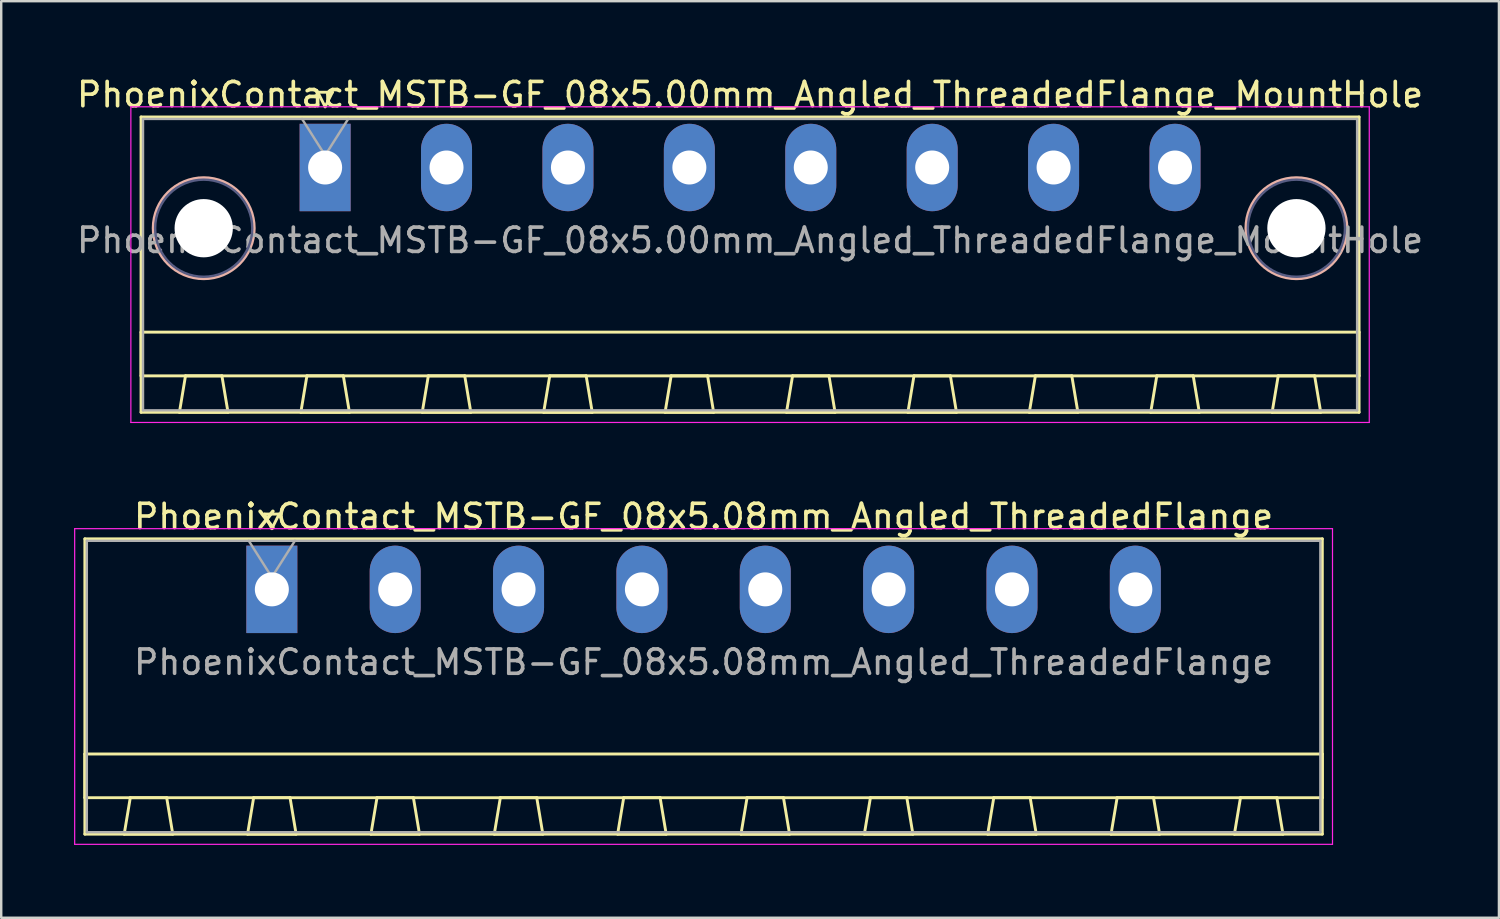
<source format=kicad_pcb>
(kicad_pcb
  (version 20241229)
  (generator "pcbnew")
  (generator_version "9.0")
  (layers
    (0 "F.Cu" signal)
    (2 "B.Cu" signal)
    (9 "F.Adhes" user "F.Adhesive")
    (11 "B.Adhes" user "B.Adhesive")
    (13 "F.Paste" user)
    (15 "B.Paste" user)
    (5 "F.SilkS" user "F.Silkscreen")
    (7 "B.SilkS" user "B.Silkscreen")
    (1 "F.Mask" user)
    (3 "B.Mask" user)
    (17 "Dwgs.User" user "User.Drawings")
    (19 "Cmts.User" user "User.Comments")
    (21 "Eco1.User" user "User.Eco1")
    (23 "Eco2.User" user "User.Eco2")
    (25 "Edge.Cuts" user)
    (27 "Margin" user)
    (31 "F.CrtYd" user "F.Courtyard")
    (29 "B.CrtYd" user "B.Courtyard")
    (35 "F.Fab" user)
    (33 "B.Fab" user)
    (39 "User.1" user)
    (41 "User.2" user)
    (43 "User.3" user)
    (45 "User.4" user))
  (footprint "PhoenixContact_MSTB-GF_08x5.08mm_Angled_ThreadedFlange"
    (layer "F.Cu")
    (at 8.145 21.221)
    (property "Reference" "PhoenixContact_MSTB-GF_08x5.08mm_Angled_ThreadedFlange" (at 17.78 -3 0) (layer "F.SilkS") (effects (font (size 1 1) (thickness 0.15))))
    (attr through_hole)
    (fp_line (start -7.7 -2.08) (end -7.7 10.08) (stroke (width 0.12) (type solid)) (layer "F.SilkS"))
    (fp_line (start -7.7 6.78) (end 43.26 6.78) (stroke (width 0.12) (type solid)) (layer "F.SilkS"))
    (fp_line (start -7.7 8.58) (end -7.7 6.78) (stroke (width 0.12) (type solid)) (layer "F.SilkS"))
    (fp_line (start -7.7 10.08) (end 43.26 10.08) (stroke (width 0.12) (type solid)) (layer "F.SilkS"))
    (fp_line (start -6.08 10.08) (end -4.08 10.08) (stroke (width 0.12) (type solid)) (layer "F.SilkS"))
    (fp_line (start -5.83 8.58) (end -6.08 10.08) (stroke (width 0.12) (type solid)) (layer "F.SilkS"))
    (fp_line (start -4.33 8.58) (end -5.83 8.58) (stroke (width 0.12) (type solid)) (layer "F.SilkS"))
    (fp_line (start -4.08 10.08) (end -4.33 8.58) (stroke (width 0.12) (type solid)) (layer "F.SilkS"))
    (fp_line (start -1 10.08) (end 1 10.08) (stroke (width 0.12) (type solid)) (layer "F.SilkS"))
    (fp_line (start -0.75 8.58) (end -1 10.08) (stroke (width 0.12) (type solid)) (layer "F.SilkS"))
    (fp_line (start -0.3 -3.1) (end 0.3 -3.1) (stroke (width 0.12) (type solid)) (layer "F.SilkS"))
    (fp_line (start 0 -2.5) (end -0.3 -3.1) (stroke (width 0.12) (type solid)) (layer "F.SilkS"))
    (fp_line (start 0.3 -3.1) (end 0 -2.5) (stroke (width 0.12) (type solid)) (layer "F.SilkS"))
    (fp_line (start 0.75 8.58) (end -0.75 8.58) (stroke (width 0.12) (type solid)) (layer "F.SilkS"))
    (fp_line (start 1 10.08) (end 0.75 8.58) (stroke (width 0.12) (type solid)) (layer "F.SilkS"))
    (fp_line (start 4.08 10.08) (end 6.08 10.08) (stroke (width 0.12) (type solid)) (layer "F.SilkS"))
    (fp_line (start 4.33 8.58) (end 4.08 10.08) (stroke (width 0.12) (type solid)) (layer "F.SilkS"))
    (fp_line (start 5.83 8.58) (end 4.33 8.58) (stroke (width 0.12) (type solid)) (layer "F.SilkS"))
    (fp_line (start 6.08 10.08) (end 5.83 8.58) (stroke (width 0.12) (type solid)) (layer "F.SilkS"))
    (fp_line (start 9.16 10.08) (end 11.16 10.08) (stroke (width 0.12) (type solid)) (layer "F.SilkS"))
    (fp_line (start 9.41 8.58) (end 9.16 10.08) (stroke (width 0.12) (type solid)) (layer "F.SilkS"))
    (fp_line (start 10.91 8.58) (end 9.41 8.58) (stroke (width 0.12) (type solid)) (layer "F.SilkS"))
    (fp_line (start 11.16 10.08) (end 10.91 8.58) (stroke (width 0.12) (type solid)) (layer "F.SilkS"))
    (fp_line (start 14.24 10.08) (end 16.24 10.08) (stroke (width 0.12) (type solid)) (layer "F.SilkS"))
    (fp_line (start 14.49 8.58) (end 14.24 10.08) (stroke (width 0.12) (type solid)) (layer "F.SilkS"))
    (fp_line (start 15.99 8.58) (end 14.49 8.58) (stroke (width 0.12) (type solid)) (layer "F.SilkS"))
    (fp_line (start 16.24 10.08) (end 15.99 8.58) (stroke (width 0.12) (type solid)) (layer "F.SilkS"))
    (fp_line (start 19.32 10.08) (end 21.32 10.08) (stroke (width 0.12) (type solid)) (layer "F.SilkS"))
    (fp_line (start 19.57 8.58) (end 19.32 10.08) (stroke (width 0.12) (type solid)) (layer "F.SilkS"))
    (fp_line (start 21.07 8.58) (end 19.57 8.58) (stroke (width 0.12) (type solid)) (layer "F.SilkS"))
    (fp_line (start 21.32 10.08) (end 21.07 8.58) (stroke (width 0.12) (type solid)) (layer "F.SilkS"))
    (fp_line (start 24.4 10.08) (end 26.4 10.08) (stroke (width 0.12) (type solid)) (layer "F.SilkS"))
    (fp_line (start 24.65 8.58) (end 24.4 10.08) (stroke (width 0.12) (type solid)) (layer "F.SilkS"))
    (fp_line (start 26.15 8.58) (end 24.65 8.58) (stroke (width 0.12) (type solid)) (layer "F.SilkS"))
    (fp_line (start 26.4 10.08) (end 26.15 8.58) (stroke (width 0.12) (type solid)) (layer "F.SilkS"))
    (fp_line (start 29.48 10.08) (end 31.48 10.08) (stroke (width 0.12) (type solid)) (layer "F.SilkS"))
    (fp_line (start 29.73 8.58) (end 29.48 10.08) (stroke (width 0.12) (type solid)) (layer "F.SilkS"))
    (fp_line (start 31.23 8.58) (end 29.73 8.58) (stroke (width 0.12) (type solid)) (layer "F.SilkS"))
    (fp_line (start 31.48 10.08) (end 31.23 8.58) (stroke (width 0.12) (type solid)) (layer "F.SilkS"))
    (fp_line (start 34.56 10.08) (end 36.56 10.08) (stroke (width 0.12) (type solid)) (layer "F.SilkS"))
    (fp_line (start 34.81 8.58) (end 34.56 10.08) (stroke (width 0.12) (type solid)) (layer "F.SilkS"))
    (fp_line (start 36.31 8.58) (end 34.81 8.58) (stroke (width 0.12) (type solid)) (layer "F.SilkS"))
    (fp_line (start 36.56 10.08) (end 36.31 8.58) (stroke (width 0.12) (type solid)) (layer "F.SilkS"))
    (fp_line (start 39.64 10.08) (end 41.64 10.08) (stroke (width 0.12) (type solid)) (layer "F.SilkS"))
    (fp_line (start 39.89 8.58) (end 39.64 10.08) (stroke (width 0.12) (type solid)) (layer "F.SilkS"))
    (fp_line (start 41.39 8.58) (end 39.89 8.58) (stroke (width 0.12) (type solid)) (layer "F.SilkS"))
    (fp_line (start 41.64 10.08) (end 41.39 8.58) (stroke (width 0.12) (type solid)) (layer "F.SilkS"))
    (fp_line (start 43.26 -2.08) (end -7.7 -2.08) (stroke (width 0.12) (type solid)) (layer "F.SilkS"))
    (fp_line (start 43.26 6.78) (end 43.26 8.58) (stroke (width 0.12) (type solid)) (layer "F.SilkS"))
    (fp_line (start 43.26 8.58) (end -7.7 8.58) (stroke (width 0.12) (type solid)) (layer "F.SilkS"))
    (fp_line (start 43.26 10.08) (end 43.26 -2.08) (stroke (width 0.12) (type solid)) (layer "F.SilkS"))
    (fp_line (start -8.12 -2.5) (end -8.12 10.5) (stroke (width 0.05) (type solid)) (layer "F.CrtYd"))
    (fp_line (start -8.12 10.5) (end 43.68 10.5) (stroke (width 0.05) (type solid)) (layer "F.CrtYd"))
    (fp_line (start 43.68 -2.5) (end -8.12 -2.5) (stroke (width 0.05) (type solid)) (layer "F.CrtYd"))
    (fp_line (start 43.68 10.5) (end 43.68 -2.5) (stroke (width 0.05) (type solid)) (layer "F.CrtYd"))
    (fp_line (start -7.62 -2) (end -7.62 10) (stroke (width 0.1) (type solid)) (layer "F.Fab"))
    (fp_line (start -7.62 10) (end 43.18 10) (stroke (width 0.1) (type solid)) (layer "F.Fab"))
    (fp_line (start 0 -0.5) (end -0.95 -2) (stroke (width 0.1) (type solid)) (layer "F.Fab"))
    (fp_line (start 0.95 -2) (end 0 -0.5) (stroke (width 0.1) (type solid)) (layer "F.Fab"))
    (fp_line (start 43.18 -2) (end -7.62 -2) (stroke (width 0.1) (type solid)) (layer "F.Fab"))
    (fp_line (start 43.18 10) (end 43.18 -2) (stroke (width 0.1) (type solid)) (layer "F.Fab"))
    (fp_text user "${REFERENCE}" (at 17.78 3 0) (layer "F.Fab") (effects (font (size 1 1) (thickness 0.15))))
    (pad "1" thru_hole rect (at 0 0) (size 2.1 3.6) (drill 1.4) (layers "*.Cu" "*.Mask"))
    (pad "2" thru_hole oval (at 5.08 0) (size 2.1 3.6) (drill 1.4) (layers "*.Cu" "*.Mask"))
    (pad "3" thru_hole oval (at 10.16 0) (size 2.1 3.6) (drill 1.4) (layers "*.Cu" "*.Mask"))
    (pad "4" thru_hole oval (at 15.24 0) (size 2.1 3.6) (drill 1.4) (layers "*.Cu" "*.Mask"))
    (pad "5" thru_hole oval (at 20.32 0) (size 2.1 3.6) (drill 1.4) (layers "*.Cu" "*.Mask"))
    (pad "6" thru_hole oval (at 25.4 0) (size 2.1 3.6) (drill 1.4) (layers "*.Cu" "*.Mask"))
    (pad "7" thru_hole oval (at 30.48 0) (size 2.1 3.6) (drill 1.4) (layers "*.Cu" "*.Mask"))
    (pad "8" thru_hole oval (at 35.56 0) (size 2.1 3.6) (drill 1.4) (layers "*.Cu" "*.Mask")))
  (footprint "PhoenixContact_MSTB-GF_08x5.00mm_Angled_ThreadedFlange_MountHole"
    (layer "F.Cu")
    (at 10.339 3.848)
    (property "Reference" "PhoenixContact_MSTB-GF_08x5.00mm_Angled_ThreadedFlange_MountHole" (at 17.5 -3 0) (layer "F.SilkS") (effects (font (size 1 1) (thickness 0.15))))
    (attr through_hole)
    (fp_line (start -7.58 -2.08) (end -7.58 10.08) (stroke (width 0.12) (type solid)) (layer "F.SilkS"))
    (fp_line (start -7.58 6.78) (end 42.58 6.78) (stroke (width 0.12) (type solid)) (layer "F.SilkS"))
    (fp_line (start -7.58 8.58) (end -7.58 6.78) (stroke (width 0.12) (type solid)) (layer "F.SilkS"))
    (fp_line (start -7.58 10.08) (end 42.58 10.08) (stroke (width 0.12) (type solid)) (layer "F.SilkS"))
    (fp_line (start -6 10.08) (end -4 10.08) (stroke (width 0.12) (type solid)) (layer "F.SilkS"))
    (fp_line (start -5.75 8.58) (end -6 10.08) (stroke (width 0.12) (type solid)) (layer "F.SilkS"))
    (fp_line (start -4.25 8.58) (end -5.75 8.58) (stroke (width 0.12) (type solid)) (layer "F.SilkS"))
    (fp_line (start -4 10.08) (end -4.25 8.58) (stroke (width 0.12) (type solid)) (layer "F.SilkS"))
    (fp_line (start -1 10.08) (end 1 10.08) (stroke (width 0.12) (type solid)) (layer "F.SilkS"))
    (fp_line (start -0.75 8.58) (end -1 10.08) (stroke (width 0.12) (type solid)) (layer "F.SilkS"))
    (fp_line (start -0.3 -3.1) (end 0.3 -3.1) (stroke (width 0.12) (type solid)) (layer "F.SilkS"))
    (fp_line (start 0 -2.5) (end -0.3 -3.1) (stroke (width 0.12) (type solid)) (layer "F.SilkS"))
    (fp_line (start 0.3 -3.1) (end 0 -2.5) (stroke (width 0.12) (type solid)) (layer "F.SilkS"))
    (fp_line (start 0.75 8.58) (end -0.75 8.58) (stroke (width 0.12) (type solid)) (layer "F.SilkS"))
    (fp_line (start 1 10.08) (end 0.75 8.58) (stroke (width 0.12) (type solid)) (layer "F.SilkS"))
    (fp_line (start 4 10.08) (end 6 10.08) (stroke (width 0.12) (type solid)) (layer "F.SilkS"))
    (fp_line (start 4.25 8.58) (end 4 10.08) (stroke (width 0.12) (type solid)) (layer "F.SilkS"))
    (fp_line (start 5.75 8.58) (end 4.25 8.58) (stroke (width 0.12) (type solid)) (layer "F.SilkS"))
    (fp_line (start 6 10.08) (end 5.75 8.58) (stroke (width 0.12) (type solid)) (layer "F.SilkS"))
    (fp_line (start 9 10.08) (end 11 10.08) (stroke (width 0.12) (type solid)) (layer "F.SilkS"))
    (fp_line (start 9.25 8.58) (end 9 10.08) (stroke (width 0.12) (type solid)) (layer "F.SilkS"))
    (fp_line (start 10.75 8.58) (end 9.25 8.58) (stroke (width 0.12) (type solid)) (layer "F.SilkS"))
    (fp_line (start 11 10.08) (end 10.75 8.58) (stroke (width 0.12) (type solid)) (layer "F.SilkS"))
    (fp_line (start 14 10.08) (end 16 10.08) (stroke (width 0.12) (type solid)) (layer "F.SilkS"))
    (fp_line (start 14.25 8.58) (end 14 10.08) (stroke (width 0.12) (type solid)) (layer "F.SilkS"))
    (fp_line (start 15.75 8.58) (end 14.25 8.58) (stroke (width 0.12) (type solid)) (layer "F.SilkS"))
    (fp_line (start 16 10.08) (end 15.75 8.58) (stroke (width 0.12) (type solid)) (layer "F.SilkS"))
    (fp_line (start 19 10.08) (end 21 10.08) (stroke (width 0.12) (type solid)) (layer "F.SilkS"))
    (fp_line (start 19.25 8.58) (end 19 10.08) (stroke (width 0.12) (type solid)) (layer "F.SilkS"))
    (fp_line (start 20.75 8.58) (end 19.25 8.58) (stroke (width 0.12) (type solid)) (layer "F.SilkS"))
    (fp_line (start 21 10.08) (end 20.75 8.58) (stroke (width 0.12) (type solid)) (layer "F.SilkS"))
    (fp_line (start 24 10.08) (end 26 10.08) (stroke (width 0.12) (type solid)) (layer "F.SilkS"))
    (fp_line (start 24.25 8.58) (end 24 10.08) (stroke (width 0.12) (type solid)) (layer "F.SilkS"))
    (fp_line (start 25.75 8.58) (end 24.25 8.58) (stroke (width 0.12) (type solid)) (layer "F.SilkS"))
    (fp_line (start 26 10.08) (end 25.75 8.58) (stroke (width 0.12) (type solid)) (layer "F.SilkS"))
    (fp_line (start 29 10.08) (end 31 10.08) (stroke (width 0.12) (type solid)) (layer "F.SilkS"))
    (fp_line (start 29.25 8.58) (end 29 10.08) (stroke (width 0.12) (type solid)) (layer "F.SilkS"))
    (fp_line (start 30.75 8.58) (end 29.25 8.58) (stroke (width 0.12) (type solid)) (layer "F.SilkS"))
    (fp_line (start 31 10.08) (end 30.75 8.58) (stroke (width 0.12) (type solid)) (layer "F.SilkS"))
    (fp_line (start 34 10.08) (end 36 10.08) (stroke (width 0.12) (type solid)) (layer "F.SilkS"))
    (fp_line (start 34.25 8.58) (end 34 10.08) (stroke (width 0.12) (type solid)) (layer "F.SilkS"))
    (fp_line (start 35.75 8.58) (end 34.25 8.58) (stroke (width 0.12) (type solid)) (layer "F.SilkS"))
    (fp_line (start 36 10.08) (end 35.75 8.58) (stroke (width 0.12) (type solid)) (layer "F.SilkS"))
    (fp_line (start 39 10.08) (end 41 10.08) (stroke (width 0.12) (type solid)) (layer "F.SilkS"))
    (fp_line (start 39.25 8.58) (end 39 10.08) (stroke (width 0.12) (type solid)) (layer "F.SilkS"))
    (fp_line (start 40.75 8.58) (end 39.25 8.58) (stroke (width 0.12) (type solid)) (layer "F.SilkS"))
    (fp_line (start 41 10.08) (end 40.75 8.58) (stroke (width 0.12) (type solid)) (layer "F.SilkS"))
    (fp_line (start 42.58 -2.08) (end -7.58 -2.08) (stroke (width 0.12) (type solid)) (layer "F.SilkS"))
    (fp_line (start 42.58 6.78) (end 42.58 8.58) (stroke (width 0.12) (type solid)) (layer "F.SilkS"))
    (fp_line (start 42.58 8.58) (end -7.58 8.58) (stroke (width 0.12) (type solid)) (layer "F.SilkS"))
    (fp_line (start 42.58 10.08) (end 42.58 -2.08) (stroke (width 0.12) (type solid)) (layer "F.SilkS"))
    (fp_circle (center -5 2.5) (end -2.92 2.5) (stroke (width 0.12) (type solid)) (fill no) (layer "B.SilkS"))
    (fp_circle (center 40 2.5) (end 42.08 2.5) (stroke (width 0.12) (type solid)) (fill no) (layer "B.SilkS"))
    (fp_line (start -8 -2.5) (end -8 10.5) (stroke (width 0.05) (type solid)) (layer "F.CrtYd"))
    (fp_line (start -8 10.5) (end 43 10.5) (stroke (width 0.05) (type solid)) (layer "F.CrtYd"))
    (fp_line (start 43 -2.5) (end -8 -2.5) (stroke (width 0.05) (type solid)) (layer "F.CrtYd"))
    (fp_line (start 43 10.5) (end 43 -2.5) (stroke (width 0.05) (type solid)) (layer "F.CrtYd"))
    (fp_circle (center -5 2.5) (end -3 2.5) (stroke (width 0.1) (type solid)) (fill no) (layer "B.Fab"))
    (fp_circle (center 40 2.5) (end 42 2.5) (stroke (width 0.1) (type solid)) (fill no) (layer "B.Fab"))
    (fp_line (start -7.5 -2) (end -7.5 10) (stroke (width 0.1) (type solid)) (layer "F.Fab"))
    (fp_line (start -7.5 10) (end 42.5 10) (stroke (width 0.1) (type solid)) (layer "F.Fab"))
    (fp_line (start 0 -0.5) (end -0.95 -2) (stroke (width 0.1) (type solid)) (layer "F.Fab"))
    (fp_line (start 0.95 -2) (end 0 -0.5) (stroke (width 0.1) (type solid)) (layer "F.Fab"))
    (fp_line (start 42.5 -2) (end -7.5 -2) (stroke (width 0.1) (type solid)) (layer "F.Fab"))
    (fp_line (start 42.5 10) (end 42.5 -2) (stroke (width 0.1) (type solid)) (layer "F.Fab"))
    (fp_text user "${REFERENCE}" (at 17.5 3 0) (layer "F.Fab") (effects (font (size 1 1) (thickness 0.15))))
    (pad "" np_thru_hole circle (at -5 2.5) (size 2.4 2.4) (drill 2.4) (layers "*.Cu" "*.Mask"))
    (pad "" np_thru_hole circle (at 40 2.5) (size 2.4 2.4) (drill 2.4) (layers "*.Cu" "*.Mask"))
    (pad "1" thru_hole rect (at 0 0) (size 2.1 3.6) (drill 1.4) (layers "*.Cu" "*.Mask"))
    (pad "2" thru_hole oval (at 5 0) (size 2.1 3.6) (drill 1.4) (layers "*.Cu" "*.Mask"))
    (pad "3" thru_hole oval (at 10 0) (size 2.1 3.6) (drill 1.4) (layers "*.Cu" "*.Mask"))
    (pad "4" thru_hole oval (at 15 0) (size 2.1 3.6) (drill 1.4) (layers "*.Cu" "*.Mask"))
    (pad "5" thru_hole oval (at 20 0) (size 2.1 3.6) (drill 1.4) (layers "*.Cu" "*.Mask"))
    (pad "6" thru_hole oval (at 25 0) (size 2.1 3.6) (drill 1.4) (layers "*.Cu" "*.Mask"))
    (pad "7" thru_hole oval (at 30 0) (size 2.1 3.6) (drill 1.4) (layers "*.Cu" "*.Mask"))
    (pad "8" thru_hole oval (at 35 0) (size 2.1 3.6) (drill 1.4) (layers "*.Cu" "*.Mask")))
  (gr_rect
    (start -3 -3)
    (end 58.679 34.746)
    (stroke (width 0.1) (type default))
    (fill no)
    (layer "Edge.Cuts")))
</source>
